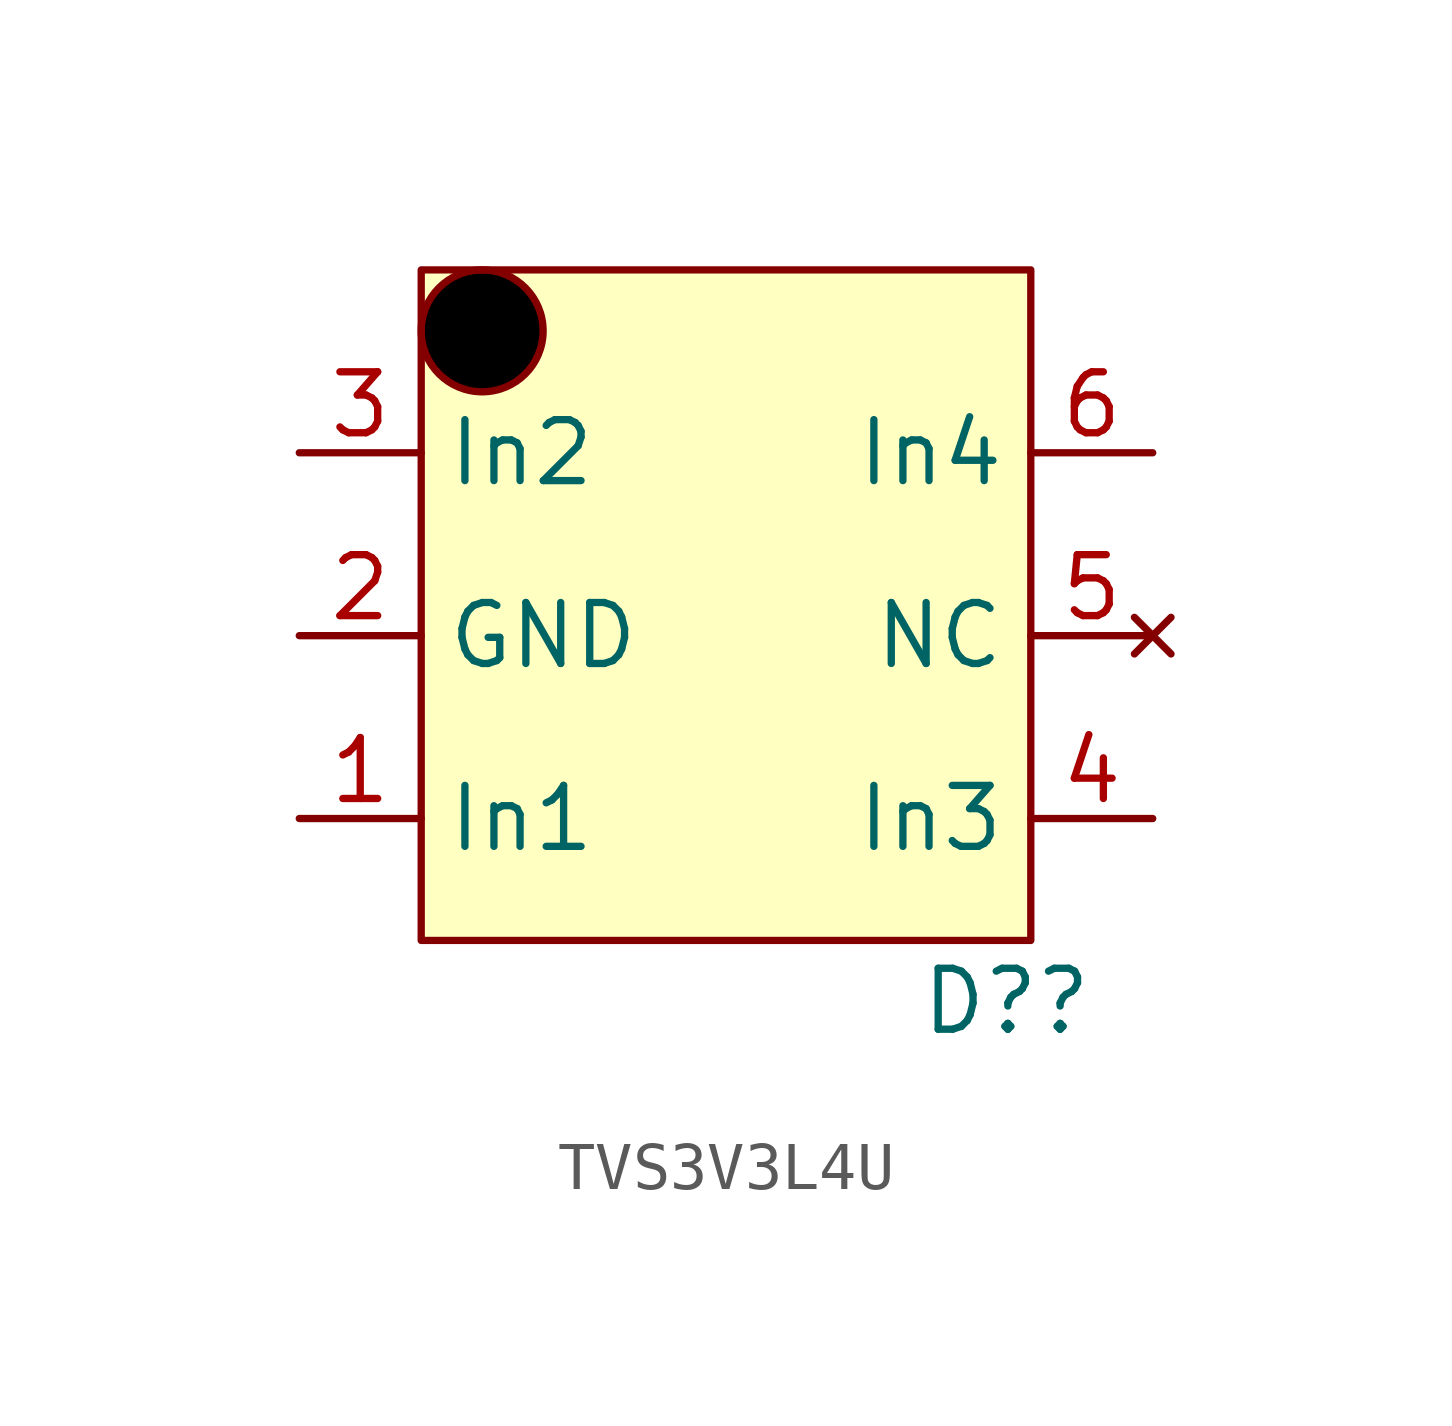
<source format=kicad_sym>
(kicad_symbol_lib
  (version 20241209)
  (generator "kicad_symbol_editor")
  (generator_version "9.0")
  (symbol "TVS3V3L4U"
    (property "Reference" "D?"
      (at 12.192 -1.27 0)
      (effects (font (size 1.27 1.27))))
    (property "Value" ""
      (at 0 0 0)
      (effects (font (size 1.27 1.27))))
    (symbol "TVS3V3L4U_0_0"
      (pin passive line (at -2.54 10.16 0) (length 2.54) (name "In2" (effects (font (size 1.27 1.27)))) (number "3" (effects (font (size 1.27 1.27)))))
      (pin power_out line (at -2.54 6.35 0) (length 2.54) (name "GND" (effects (font (size 1.27 1.27)))) (number "2" (effects (font (size 1.27 1.27)))))
      (pin passive line (at -2.54 2.54 0) (length 2.54) (name "In1" (effects (font (size 1.27 1.27)))) (number "1" (effects (font (size 1.27 1.27)))))
      (pin passive line (at 15.24 10.16 180) (length 2.54) (name "In4" (effects (font (size 1.27 1.27)))) (number "6" (effects (font (size 1.27 1.27)))))
      (pin no_connect line (at 15.24 6.35 180) (length 2.54) (name "NC" (effects (font (size 1.27 1.27)))) (number "5" (effects (font (size 1.27 1.27)))))
      (pin passive line (at 15.24 2.54 180) (length 2.54) (name "In3" (effects (font (size 1.27 1.27)))) (number "4" (effects (font (size 1.27 1.27))))))
    (symbol "TVS3V3L4U_1_1"
      (rectangle (start 0 13.97) (end 12.7 0) (stroke (width 0) (type solid)) (fill (type color) (color 255 255 194 1)))
      (circle (center 1.27 12.7) (radius 1.27) (stroke (width 0) (type solid)) (fill (type color) (color 0 0 0 1))))))
</source>
